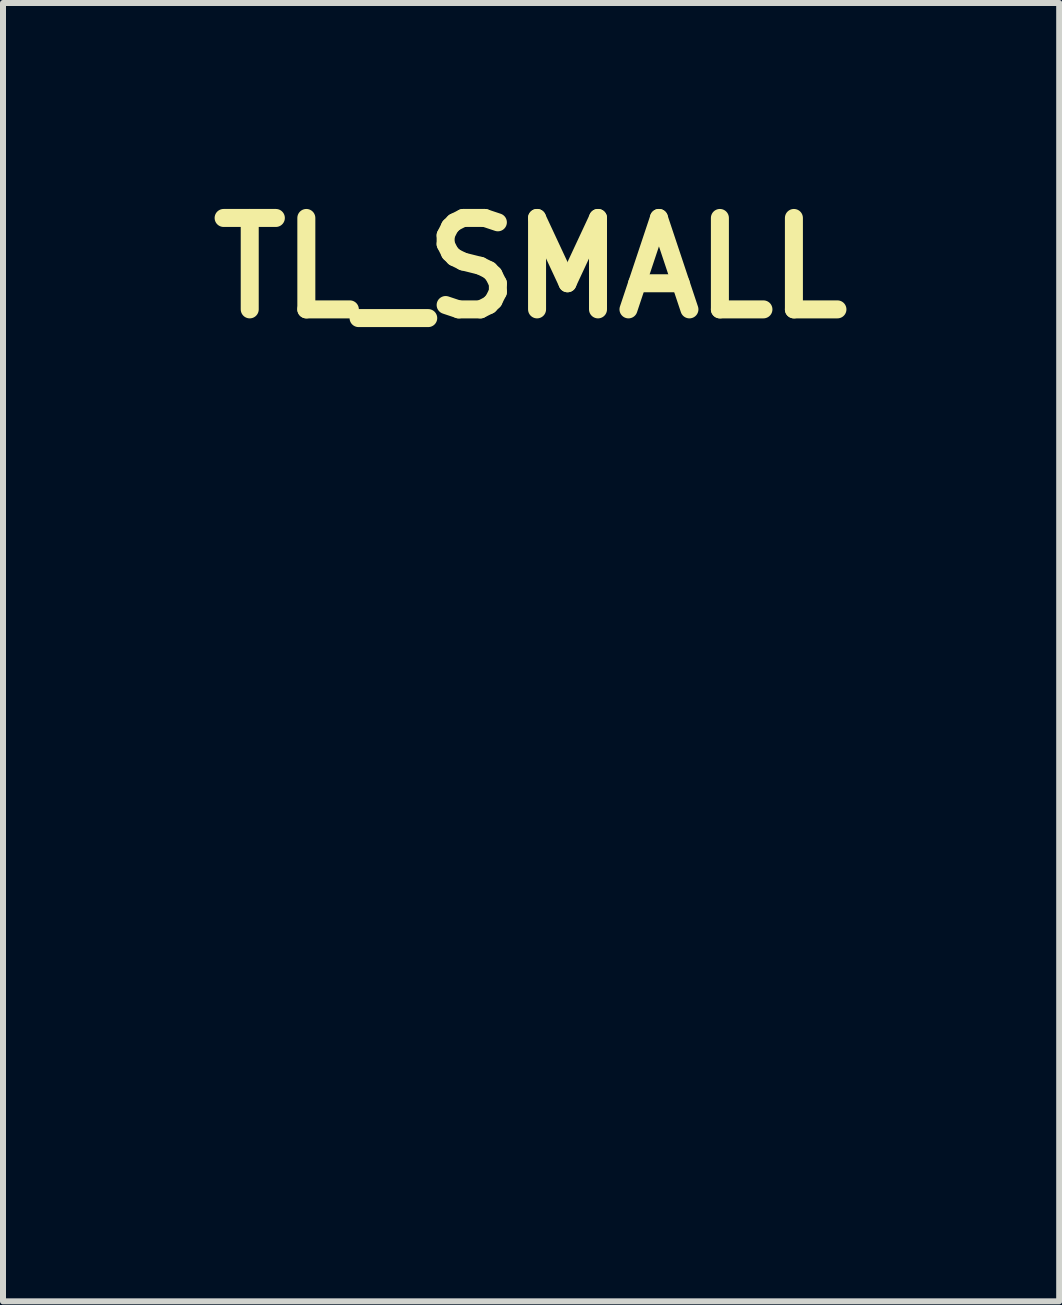
<source format=kicad_pcb>
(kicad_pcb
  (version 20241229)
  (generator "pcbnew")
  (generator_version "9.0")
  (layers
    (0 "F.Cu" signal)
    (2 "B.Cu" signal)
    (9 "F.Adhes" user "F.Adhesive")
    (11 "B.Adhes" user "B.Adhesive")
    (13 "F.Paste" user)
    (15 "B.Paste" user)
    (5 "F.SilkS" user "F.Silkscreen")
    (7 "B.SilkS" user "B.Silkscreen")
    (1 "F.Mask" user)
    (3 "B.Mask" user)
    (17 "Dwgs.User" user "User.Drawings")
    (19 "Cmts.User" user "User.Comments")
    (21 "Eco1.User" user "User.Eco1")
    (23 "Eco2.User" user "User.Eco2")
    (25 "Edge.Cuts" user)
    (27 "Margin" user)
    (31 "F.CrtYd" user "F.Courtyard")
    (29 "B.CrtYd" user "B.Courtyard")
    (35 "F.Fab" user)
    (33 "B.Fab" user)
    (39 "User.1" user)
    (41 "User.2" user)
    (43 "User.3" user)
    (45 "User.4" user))
  (footprint "TL_SMALL"
    (layer "F.Cu")
    (at 5.794 10.308)
    (property "Reference" "TL_SMALL" (at 0 -8.89 0) (layer "F.SilkS") (effects (font (size 1.524 1.524) (thickness 0.3))))
    (attr through_hole)
    (fp_poly (pts (xy -1.918 -5.328) (xy -1.916 -5.302) (xy -1.919 -5.281) (xy -1.93 -5.204) (xy -1.941 -5.108) (xy -1.951 -4.998) (xy -1.961 -4.878) (xy -1.969 -4.753) (xy -1.977 -4.629) (xy -1.982 -4.51) (xy -1.986 -4.4) (xy -1.987 -4.305) (xy -1.987 -4.229) (xy -1.983 -4.178) (xy -1.977 -4.156) (xy -1.955 -4.153) (xy -1.902 -4.156) (xy -1.821 -4.166) (xy -1.717 -4.182) (xy -1.592 -4.203) (xy -1.448 -4.23) (xy -1.289 -4.26) (xy -1.253 -4.267) (xy -1.151 -4.288) (xy -1.024 -4.313) (xy -0.878 -4.342) (xy -0.722 -4.373) (xy -0.562 -4.404) (xy -0.406 -4.435) (xy -0.359 -4.444) (xy -0.22 -4.472) (xy -0.087 -4.498) (xy 0.036 -4.523) (xy 0.143 -4.544) (xy 0.229 -4.562) (xy 0.29 -4.575) (xy 0.303 -4.578) (xy 1.233 -4.578) (xy 1.239 -4.545) (xy 1.251 -4.505) (xy 1.273 -4.449) (xy 1.299 -4.423) (xy 1.336 -4.423) (xy 1.377 -4.438) (xy 1.426 -4.479) (xy 1.455 -4.545) (xy 1.46 -4.58) (xy 1.465 -4.631) (xy 1.376 -4.628) (xy 1.318 -4.622) (xy 1.272 -4.613) (xy 1.256 -4.607) (xy 1.238 -4.595) (xy 1.233 -4.578) (xy 0.303 -4.578) (xy 0.313 -4.58) (xy 0.382 -4.594) (xy 0.469 -4.608) (xy 0.557 -4.62) (xy 0.579 -4.623) (xy 0.648 -4.632) (xy 0.742 -4.644) (xy 0.851 -4.659) (xy 0.966 -4.676) (xy 1.058 -4.69) (xy 1.171 -4.707) (xy 1.283 -4.723) (xy 1.385 -4.738) (xy 1.47 -4.75) (xy 1.522 -4.757) (xy 1.603 -4.769) (xy 1.658 -4.783) (xy 1.694 -4.804) (xy 1.718 -4.835) (xy 1.738 -4.879) (xy 1.761 -4.922) (xy 1.786 -4.95) (xy 1.792 -4.953) (xy 1.823 -4.949) (xy 1.849 -4.921) (xy 1.862 -4.877) (xy 1.863 -4.866) (xy 1.877 -4.83) (xy 1.923 -4.792) (xy 1.929 -4.789) (xy 1.985 -4.754) (xy 2.047 -4.713) (xy 2.063 -4.701) (xy 2.106 -4.677) (xy 2.171 -4.644) (xy 2.251 -4.609) (xy 2.337 -4.574) (xy 2.34 -4.572) (xy 2.44 -4.533) (xy 2.556 -4.486) (xy 2.674 -4.438) (xy 2.777 -4.395) (xy 3.006 -4.309) (xy 3.226 -4.247) (xy 3.448 -4.206) (xy 3.51 -4.198) (xy 3.616 -4.184) (xy 3.689 -4.17) (xy 3.728 -4.155) (xy 3.734 -4.139) (xy 3.707 -4.123) (xy 3.646 -4.106) (xy 3.611 -4.098) (xy 3.551 -4.083) (xy 3.501 -4.067) (xy 3.476 -4.055) (xy 3.462 -4.041) (xy 3.47 -4.03) (xy 3.505 -4.018) (xy 3.514 -4.015) (xy 3.565 -4.003) (xy 3.606 -3.997) (xy 3.612 -3.996) (xy 3.657 -3.987) (xy 3.693 -3.965) (xy 3.708 -3.937) (xy 3.708 -3.937) (xy 3.698 -3.92) (xy 3.663 -3.903) (xy 3.602 -3.886) (xy 3.511 -3.867) (xy 3.505 -3.866) (xy 3.458 -3.855) (xy 3.435 -3.84) (xy 3.426 -3.812) (xy 3.424 -3.79) (xy 3.423 -3.752) (xy 3.435 -3.726) (xy 3.467 -3.703) (xy 3.492 -3.689) (xy 3.544 -3.651) (xy 3.57 -3.616) (xy 3.57 -3.589) (xy 3.546 -3.574) (xy 3.5 -3.579) (xy 3.463 -3.593) (xy 3.424 -3.604) (xy 3.401 -3.594) (xy 3.399 -3.578) (xy 3.424 -3.557) (xy 3.469 -3.532) (xy 3.516 -3.506) (xy 3.548 -3.483) (xy 3.556 -3.473) (xy 3.549 -3.449) (xy 3.531 -3.411) (xy 3.531 -3.41) (xy 3.519 -3.366) (xy 3.511 -3.295) (xy 3.507 -3.203) (xy 3.507 -3.096) (xy 3.511 -2.98) (xy 3.518 -2.861) (xy 3.528 -2.746) (xy 3.541 -2.64) (xy 3.556 -2.549) (xy 3.573 -2.481) (xy 3.573 -2.481) (xy 3.586 -2.449) (xy 3.604 -2.433) (xy 3.637 -2.427) (xy 3.679 -2.426) (xy 3.744 -2.422) (xy 3.832 -2.412) (xy 3.936 -2.396) (xy 4.047 -2.378) (xy 4.156 -2.357) (xy 4.254 -2.335) (xy 4.315 -2.32) (xy 4.461 -2.27) (xy 4.583 -2.209) (xy 4.66 -2.153) (xy 4.693 -2.127) (xy 4.746 -2.085) (xy 4.815 -2.032) (xy 4.893 -1.973) (xy 4.945 -1.934) (xy 5.038 -1.863) (xy 5.138 -1.786) (xy 5.235 -1.711) (xy 5.319 -1.645) (xy 5.342 -1.625) (xy 5.512 -1.488) (xy 5.583 -1.32) (xy 5.644 -1.171) (xy 5.691 -1.047) (xy 5.724 -0.943) (xy 5.745 -0.854) (xy 5.756 -0.776) (xy 5.758 -0.726) (xy 5.762 -0.646) (xy 5.773 -0.585) (xy 5.783 -0.559) (xy 5.797 -0.521) (xy 5.805 -0.472) (xy 5.808 -0.423) (xy 5.804 -0.383) (xy 5.794 -0.361) (xy 5.787 -0.36) (xy 5.78 -0.356) (xy 5.776 -0.337) (xy 5.773 -0.299) (xy 5.773 -0.239) (xy 5.773 -0.153) (xy 5.776 -0.04) (xy 5.779 0.066) (xy 5.785 0.263) (xy 5.788 0.43) (xy 5.788 0.573) (xy 5.786 0.695) (xy 5.78 0.801) (xy 5.77 0.895) (xy 5.757 0.981) (xy 5.741 1.065) (xy 5.719 1.15) (xy 5.717 1.16) (xy 5.659 1.338) (xy 5.578 1.533) (xy 5.478 1.739) (xy 5.36 1.949) (xy 5.31 2.032) (xy 5.258 2.112) (xy 5.205 2.189) (xy 5.147 2.266) (xy 5.08 2.348) (xy 5 2.439) (xy 4.905 2.544) (xy 4.79 2.667) (xy 4.758 2.701) (xy 4.685 2.779) (xy 4.618 2.853) (xy 4.561 2.917) (xy 4.519 2.967) (xy 4.496 2.997) (xy 4.439 3.076) (xy 4.361 3.169) (xy 4.268 3.273) (xy 4.163 3.381) (xy 4.054 3.489) (xy 3.944 3.59) (xy 3.841 3.679) (xy 3.77 3.734) (xy 3.681 3.799) (xy 3.602 3.855) (xy 3.523 3.906) (xy 3.436 3.959) (xy 3.331 4.02) (xy 3.287 4.045) (xy 3.233 4.08) (xy 3.164 4.132) (xy 3.089 4.192) (xy 3.028 4.245) (xy 2.939 4.319) (xy 2.847 4.386) (xy 2.745 4.447) (xy 2.629 4.505) (xy 2.491 4.565) (xy 2.328 4.628) (xy 2.295 4.641) (xy 2.194 4.678) (xy 2.118 4.706) (xy 2.063 4.729) (xy 2.021 4.749) (xy 1.988 4.769) (xy 1.956 4.791) (xy 1.921 4.82) (xy 1.913 4.826) (xy 1.841 4.875) (xy 1.739 4.928) (xy 1.609 4.984) (xy 1.456 5.041) (xy 1.282 5.098) (xy 1.09 5.155) (xy 0.965 5.188) (xy 0.868 5.214) (xy 0.77 5.242) (xy 0.681 5.268) (xy 0.614 5.29) (xy 0.611 5.291) (xy 0.473 5.325) (xy 0.333 5.331) (xy 0.186 5.311) (xy 0.126 5.294) (xy 0.094 5.275) (xy 0.088 5.262) (xy 0.096 5.238) (xy 0.13 5.212) (xy 0.192 5.185) (xy 0.284 5.154) (xy 0.408 5.12) (xy 0.426 5.115) (xy 0.556 5.078) (xy 0.705 5.03) (xy 0.858 4.976) (xy 1.003 4.921) (xy 1.126 4.868) (xy 1.218 4.826) (xy 1.329 4.772) (xy 1.454 4.711) (xy 1.588 4.645) (xy 1.725 4.575) (xy 1.863 4.505) (xy 1.994 4.437) (xy 2.114 4.374) (xy 2.219 4.318) (xy 2.303 4.272) (xy 2.362 4.238) (xy 2.362 4.238) (xy 2.5 4.15) (xy 2.655 4.047) (xy 2.817 3.934) (xy 2.98 3.817) (xy 3.137 3.701) (xy 3.278 3.592) (xy 3.387 3.504) (xy 3.471 3.433) (xy 3.562 3.354) (xy 3.656 3.272) (xy 3.75 3.189) (xy 3.84 3.108) (xy 3.923 3.032) (xy 3.996 2.965) (xy 4.054 2.91) (xy 4.094 2.869) (xy 4.114 2.847) (xy 4.115 2.844) (xy 4.128 2.827) (xy 4.16 2.803) (xy 4.165 2.8) (xy 4.196 2.777) (xy 4.206 2.758) (xy 4.205 2.756) (xy 4.214 2.74) (xy 4.242 2.703) (xy 4.288 2.652) (xy 4.346 2.589) (xy 4.406 2.526) (xy 4.49 2.439) (xy 4.578 2.342) (xy 4.664 2.246) (xy 4.737 2.159) (xy 4.764 2.126) (xy 4.823 2.049) (xy 4.865 1.993) (xy 4.891 1.952) (xy 4.905 1.919) (xy 4.91 1.889) (xy 4.911 1.873) (xy 4.919 1.822) (xy 4.943 1.748) (xy 4.985 1.648) (xy 5.006 1.602) (xy 5.084 1.428) (xy 5.146 1.278) (xy 5.193 1.149) (xy 5.226 1.036) (xy 5.239 0.978) (xy 5.258 0.873) (xy 5.273 0.755) (xy 5.284 0.629) (xy 5.293 0.5) (xy 5.297 0.374) (xy 5.298 0.254) (xy 5.295 0.148) (xy 5.288 0.059) (xy 5.277 -0.007) (xy 5.262 -0.046) (xy 5.261 -0.048) (xy 5.245 -0.069) (xy 5.245 -0.09) (xy 5.265 -0.122) (xy 5.275 -0.136) (xy 5.301 -0.183) (xy 5.314 -0.237) (xy 5.314 -0.305) (xy 5.3 -0.393) (xy 5.275 -0.494) (xy 5.232 -0.628) (xy 5.173 -0.772) (xy 5.103 -0.912) (xy 5.03 -1.037) (xy 4.985 -1.101) (xy 4.941 -1.164) (xy 4.9 -1.23) (xy 4.873 -1.283) (xy 4.871 -1.287) (xy 4.789 -1.454) (xy 4.689 -1.594) (xy 4.568 -1.708) (xy 4.426 -1.8) (xy 4.409 -1.809) (xy 4.224 -1.892) (xy 4.041 -1.956) (xy 3.866 -1.998) (xy 3.717 -2.017) (xy 3.632 -2.022) (xy 3.635 -1.853) (xy 3.64 -1.749) (xy 3.651 -1.656) (xy 3.665 -1.592) (xy 3.682 -1.534) (xy 3.696 -1.477) (xy 3.709 -1.415) (xy 3.722 -1.342) (xy 3.736 -1.25) (xy 3.752 -1.133) (xy 3.759 -1.081) (xy 3.775 -0.973) (xy 3.793 -0.86) (xy 3.812 -0.755) (xy 3.83 -0.668) (xy 3.834 -0.649) (xy 3.873 -0.49) (xy 3.915 -0.325) (xy 3.959 -0.16) (xy 4.003 -0.000447) (xy 4.046 0.147) (xy 4.085 0.278) (xy 4.12 0.384) (xy 4.137 0.432) (xy 4.173 0.528) (xy 4.21 0.63) (xy 4.245 0.726) (xy 4.268 0.787) (xy 4.301 0.875) (xy 4.341 0.976) (xy 4.381 1.072) (xy 4.394 1.101) (xy 4.434 1.202) (xy 4.472 1.311) (xy 4.505 1.422) (xy 4.53 1.527) (xy 4.547 1.617) (xy 4.552 1.686) (xy 4.552 1.696) (xy 4.547 1.735) (xy 4.537 1.762) (xy 4.513 1.788) (xy 4.47 1.818) (xy 4.437 1.84) (xy 4.344 1.9) (xy 4.274 1.95) (xy 4.221 1.993) (xy 4.178 2.036) (xy 4.14 2.084) (xy 4.123 2.108) (xy 4.08 2.163) (xy 4.037 2.208) (xy 4.003 2.235) (xy 4.003 2.235) (xy 3.967 2.255) (xy 3.946 2.269) (xy 3.945 2.27) (xy 3.929 2.284) (xy 3.892 2.313) (xy 3.843 2.351) (xy 3.827 2.363) (xy 3.755 2.419) (xy 3.679 2.481) (xy 3.593 2.554) (xy 3.492 2.644) (xy 3.446 2.685) (xy 3.411 2.716) (xy 3.376 2.746) (xy 3.338 2.778) (xy 3.29 2.817) (xy 3.227 2.868) (xy 3.145 2.933) (xy 3.107 2.963) (xy 3.056 3.004) (xy 3.02 3.035) (xy 2.986 3.067) (xy 2.946 3.109) (xy 2.924 3.133) (xy 2.887 3.167) (xy 2.826 3.214) (xy 2.748 3.27) (xy 2.659 3.332) (xy 2.565 3.394) (xy 2.472 3.454) (xy 2.386 3.507) (xy 2.313 3.549) (xy 2.269 3.572) (xy 2.222 3.596) (xy 2.163 3.631) (xy 2.117 3.66) (xy 2.041 3.705) (xy 1.941 3.758) (xy 1.824 3.816) (xy 1.696 3.877) (xy 1.563 3.937) (xy 1.431 3.994) (xy 1.307 4.045) (xy 1.198 4.087) (xy 1.109 4.117) (xy 1.077 4.126) (xy 1.018 4.142) (xy 0.97 4.157) (xy 0.948 4.166) (xy 0.921 4.176) (xy 0.866 4.192) (xy 0.789 4.214) (xy 0.695 4.24) (xy 0.588 4.269) (xy 0.474 4.299) (xy 0.359 4.329) (xy 0.247 4.357) (xy 0.144 4.383) (xy 0.054 4.404) (xy -0.016 4.42) (xy -0.054 4.428) (xy -0.117 4.439) (xy -0.208 4.453) (xy -0.32 4.469) (xy -0.447 4.487) (xy -0.583 4.506) (xy -0.723 4.525) (xy -0.859 4.543) (xy -0.986 4.559) (xy -1.097 4.572) (xy -1.109 4.574) (xy -1.186 4.583) (xy -1.284 4.595) (xy -1.391 4.609) (xy -1.494 4.623) (xy -1.499 4.624) (xy -1.711 4.652) (xy -1.895 4.676) (xy -2.053 4.695) (xy -2.189 4.711) (xy -2.309 4.722) (xy -2.414 4.73) (xy -2.511 4.735) (xy -2.602 4.737) (xy -2.692 4.737) (xy -2.784 4.734) (xy -2.79 4.734) (xy -2.891 4.73) (xy -2.983 4.724) (xy -3.059 4.719) (xy -3.113 4.713) (xy -3.137 4.708) (xy -3.15 4.7) (xy -3.137 4.694) (xy -3.093 4.692) (xy -3.069 4.692) (xy -3.014 4.689) (xy -2.976 4.682) (xy -2.963 4.675) (xy -2.979 4.663) (xy -3.025 4.648) (xy -3.094 4.632) (xy -3.183 4.616) (xy -3.288 4.599) (xy -3.403 4.583) (xy -3.523 4.568) (xy -3.645 4.555) (xy -3.763 4.544) (xy -3.844 4.539) (xy -4.027 4.523) (xy -4.191 4.495) (xy -4.346 4.451) (xy -4.506 4.388) (xy -4.586 4.352) (xy -4.698 4.293) (xy -4.821 4.221) (xy -4.927 4.152) (xy -3.842 4.152) (xy -3.836 4.178) (xy -3.826 4.19) (xy -3.791 4.21) (xy -3.725 4.232) (xy -3.63 4.255) (xy -3.511 4.279) (xy -3.369 4.303) (xy -3.207 4.326) (xy -3.2 4.327) (xy -3.009 4.349) (xy -2.842 4.361) (xy -2.692 4.363) (xy -2.553 4.354) (xy -2.416 4.335) (xy -2.275 4.305) (xy -2.236 4.295) (xy -2.147 4.27) (xy -2.072 4.246) (xy -2.018 4.226) (xy -1.989 4.21) (xy -1.988 4.208) (xy -1.979 4.187) (xy -1.554 4.187) (xy -1.553 4.206) (xy -1.538 4.222) (xy -1.507 4.231) (xy -1.456 4.232) (xy -1.381 4.226) (xy -1.279 4.213) (xy -1.235 4.207) (xy -1.142 4.192) (xy -1.08 4.178) (xy -1.045 4.163) (xy -1.034 4.148) (xy -1.045 4.13) (xy -1.053 4.128) (xy -0.965 4.128) (xy -0.965 4.139) (xy -0.959 4.145) (xy -0.943 4.146) (xy -0.909 4.14) (xy -0.852 4.127) (xy -0.798 4.114) (xy -0.717 4.092) (xy -0.635 4.065) (xy -0.569 4.038) (xy -0.559 4.033) (xy -0.514 4.01) (xy -0.486 3.99) (xy -0.473 3.965) (xy -0.473 3.928) (xy -0.484 3.871) (xy -0.498 3.81) (xy -0.513 3.731) (xy -0.515 3.708) (xy -0.337 3.708) (xy -0.337 3.804) (xy -0.334 3.87) (xy -0.326 3.911) (xy -0.312 3.933) (xy -0.291 3.939) (xy -0.265 3.936) (xy -0.222 3.924) (xy -0.196 3.91) (xy -0.195 3.888) (xy -0.22 3.853) (xy -0.224 3.848) (xy -0.259 3.795) (xy -0.29 3.715) (xy -0.302 3.675) (xy -0.336 3.548) (xy -0.337 3.708) (xy -0.515 3.708) (xy -0.522 3.645) (xy -0.525 3.594) (xy -0.525 3.488) (xy -0.597 3.498) (xy -0.672 3.511) (xy -0.743 3.529) (xy -0.802 3.548) (xy -0.842 3.566) (xy -0.854 3.578) (xy -0.862 3.61) (xy -0.874 3.665) (xy -0.889 3.737) (xy -0.906 3.819) (xy -0.923 3.903) (xy -0.939 3.983) (xy -0.952 4.052) (xy -0.962 4.102) (xy -0.965 4.127) (xy -0.965 4.128) (xy -1.053 4.128) (xy -1.069 4.123) (xy -1.106 4.14) (xy -1.108 4.141) (xy -1.145 4.16) (xy -1.169 4.156) (xy -1.179 4.127) (xy -1.179 4.071) (xy -1.171 4.002) (xy -1.156 3.886) (xy -1.145 3.777) (xy -1.138 3.681) (xy -1.137 3.605) (xy -1.14 3.555) (xy -1.141 3.549) (xy -1.148 3.526) (xy -1.161 3.513) (xy -1.186 3.507) (xy -1.232 3.507) (xy -1.283 3.509) (xy -1.339 3.51) (xy -1.377 3.514) (xy -1.402 3.525) (xy -1.419 3.549) (xy -1.432 3.591) (xy -1.445 3.656) (xy -1.457 3.717) (xy -1.47 3.778) (xy -1.488 3.859) (xy -1.508 3.947) (xy -1.52 3.998) (xy -1.537 4.074) (xy -1.548 4.14) (xy -1.554 4.187) (xy -1.979 4.187) (xy -1.976 4.18) (xy -1.961 4.128) (xy -1.946 4.061) (xy -1.939 4.025) (xy -1.921 3.943) (xy -1.896 3.844) (xy -1.867 3.74) (xy -1.844 3.666) (xy -1.816 3.573) (xy -1.788 3.478) (xy -1.766 3.392) (xy -1.753 3.336) (xy -1.744 3.303) (xy -1.5 3.303) (xy -1.487 3.307) (xy -1.443 3.31) (xy -1.371 3.311) (xy -1.269 3.309) (xy -1.151 3.305) (xy -1.038 3.302) (xy -0.917 3.3) (xy -0.802 3.298) (xy -0.704 3.299) (xy -0.677 3.299) (xy -0.574 3.3) (xy -0.499 3.298) (xy -0.45 3.292) (xy -0.421 3.283) (xy -0.408 3.268) (xy -0.406 3.257) (xy -0.409 3.249) (xy -0.42 3.243) (xy -0.442 3.239) (xy -0.477 3.237) (xy -0.528 3.237) (xy -0.598 3.238) (xy -0.689 3.242) (xy -0.804 3.249) (xy -0.946 3.257) (xy -1.118 3.267) (xy -1.236 3.275) (xy -1.351 3.283) (xy -1.433 3.291) (xy -1.482 3.297) (xy -1.5 3.303) (xy -1.744 3.303) (xy -1.736 3.27) (xy -1.718 3.213) (xy -1.702 3.177) (xy -1.701 3.175) (xy -1.674 3.137) (xy -1.643 3.091) (xy -1.64 3.086) (xy -1.604 3.045) (xy -1.57 3.032) (xy -1.542 3.048) (xy -1.531 3.074) (xy -1.511 3.113) (xy -1.489 3.133) (xy -1.454 3.141) (xy -1.391 3.147) (xy -1.305 3.148) (xy -1.202 3.147) (xy -1.087 3.144) (xy -0.965 3.138) (xy -0.842 3.13) (xy -0.724 3.119) (xy -0.615 3.108) (xy -0.522 3.095) (xy -0.491 3.089) (xy -0.402 3.075) (xy -0.319 3.067) (xy -0.25 3.066) (xy -0.2 3.071) (xy -0.178 3.082) (xy -0.173 3.104) (xy -0.166 3.154) (xy -0.158 3.226) (xy -0.149 3.314) (xy -0.142 3.404) (xy -0.129 3.545) (xy -0.117 3.654) (xy -0.104 3.737) (xy -0.09 3.795) (xy -0.074 3.832) (xy -0.056 3.852) (xy -0.041 3.857) (xy -0.015 3.853) (xy 0.038 3.839) (xy 0.114 3.815) (xy 0.208 3.785) (xy 0.315 3.749) (xy 0.432 3.709) (xy 0.552 3.666) (xy 0.673 3.623) (xy 0.79 3.58) (xy 0.897 3.539) (xy 0.99 3.503) (xy 1.064 3.472) (xy 1.141 3.44) (xy 1.233 3.405) (xy 1.321 3.372) (xy 1.335 3.367) (xy 1.409 3.339) (xy 1.502 3.301) (xy 1.601 3.257) (xy 1.687 3.217) (xy 1.892 3.118) (xy 2.005 2.964) (xy 2.118 2.81) (xy 2.112 2.18) (xy 2.109 2.029) (xy 2.107 1.883) (xy 2.103 1.747) (xy 2.099 1.624) (xy 2.095 1.521) (xy 2.09 1.443) (xy 2.086 1.397) (xy 2.081 1.347) (xy 2.076 1.268) (xy 2.071 1.163) (xy 2.066 1.039) (xy 2.061 0.898) (xy 2.056 0.746) (xy 2.051 0.587) (xy 2.05 0.516) (xy 2.044 0.288) (xy 2.038 0.089) (xy 2.032 -0.086) (xy 2.025 -0.242) (xy 2.018 -0.384) (xy 2.009 -0.517) (xy 1.999 -0.645) (xy 1.987 -0.774) (xy 1.974 -0.909) (xy 1.971 -0.931) (xy 1.961 -1.037) (xy 1.95 -1.155) (xy 1.94 -1.278) (xy 1.93 -1.4) (xy 1.921 -1.515) (xy 1.915 -1.616) (xy 1.91 -1.695) (xy 1.909 -1.744) (xy 1.91 -1.786) (xy 1.913 -1.851) (xy 1.918 -1.93) (xy 1.922 -1.984) (xy 1.928 -2.063) (xy 1.93 -2.116) (xy 1.927 -2.147) (xy 1.92 -2.164) (xy 1.908 -2.172) (xy 1.9 -2.175) (xy 1.859 -2.18) (xy 1.808 -2.176) (xy 1.805 -2.175) (xy 1.772 -2.165) (xy 1.748 -2.146) (xy 1.73 -2.112) (xy 1.716 -2.06) (xy 1.704 -1.983) (xy 1.693 -1.878) (xy 1.684 -1.782) (xy 1.673 -1.676) (xy 1.663 -1.58) (xy 1.66 -1.549) (xy 1.653 -1.468) (xy 1.647 -1.379) (xy 1.644 -1.289) (xy 1.643 -1.204) (xy 1.644 -1.129) (xy 1.648 -1.072) (xy 1.653 -1.039) (xy 1.658 -1.033) (xy 1.679 -1.02) (xy 1.682 -0.986) (xy 1.669 -0.941) (xy 1.657 -0.919) (xy 1.643 -0.894) (xy 1.634 -0.869) (xy 1.628 -0.838) (xy 1.626 -0.793) (xy 1.626 -0.729) (xy 1.629 -0.64) (xy 1.631 -0.602) (xy 1.636 -0.501) (xy 1.643 -0.401) (xy 1.651 -0.312) (xy 1.659 -0.245) (xy 1.662 -0.23) (xy 1.672 -0.162) (xy 1.674 -0.117) (xy 1.665 -0.088) (xy 1.663 -0.083) (xy 1.649 -0.044) (xy 1.643 0.006) (xy 1.643 0.008) (xy 1.628 0.062) (xy 1.588 0.098) (xy 1.526 0.114) (xy 1.467 0.11) (xy 1.351 0.098) (xy 1.204 0.093) (xy 1.028 0.096) (xy 0.822 0.107) (xy 0.59 0.125) (xy 0.332 0.15) (xy 0.152 0.17) (xy 0.093 0.176) (xy 0.007 0.185) (xy -0.098 0.194) (xy -0.216 0.205) (xy -0.34 0.215) (xy -0.394 0.22) (xy -0.53 0.232) (xy -0.676 0.247) (xy -0.822 0.262) (xy -0.956 0.278) (xy -1.07 0.293) (xy -1.088 0.296) (xy -1.206 0.312) (xy -1.332 0.33) (xy -1.455 0.346) (xy -1.562 0.359) (xy -1.6 0.364) (xy -1.711 0.378) (xy -1.835 0.394) (xy -1.956 0.412) (xy -2.032 0.424) (xy -2.14 0.441) (xy -2.261 0.46) (xy -2.377 0.479) (xy -2.445 0.49) (xy -2.646 0.522) (xy -2.716 0.597) (xy -2.772 0.649) (xy -2.834 0.69) (xy -2.894 0.717) (xy -2.942 0.725) (xy -2.956 0.722) (xy -2.983 0.698) (xy -2.992 0.678) (xy -3.01 0.653) (xy -3.054 0.638) (xy -3.074 0.634) (xy -3.133 0.629) (xy -3.166 0.639) (xy -3.181 0.668) (xy -3.183 0.705) (xy -3.189 0.756) (xy -3.202 0.798) (xy -3.202 0.799) (xy -3.216 0.836) (xy -3.236 0.901) (xy -3.258 0.988) (xy -3.284 1.092) (xy -3.311 1.208) (xy -3.337 1.33) (xy -3.363 1.452) (xy -3.387 1.569) (xy -3.407 1.675) (xy -3.422 1.766) (xy -3.431 1.836) (xy -3.433 1.85) (xy -3.437 1.916) (xy -3.433 1.959) (xy -3.422 1.987) (xy -3.414 1.996) (xy -3.403 2.011) (xy -3.398 2.03) (xy -3.4 2.058) (xy -3.411 2.102) (xy -3.431 2.169) (xy -3.446 2.217) (xy -3.469 2.296) (xy -3.489 2.366) (xy -3.501 2.42) (xy -3.505 2.448) (xy -3.509 2.481) (xy -3.52 2.538) (xy -3.535 2.609) (xy -3.546 2.654) (xy -3.566 2.737) (xy -3.585 2.818) (xy -3.601 2.886) (xy -3.607 2.909) (xy -3.614 2.957) (xy -3.622 3.03) (xy -3.63 3.121) (xy -3.636 3.223) (xy -3.64 3.299) (xy -3.644 3.407) (xy -3.649 3.487) (xy -3.654 3.548) (xy -3.662 3.595) (xy -3.672 3.635) (xy -3.688 3.676) (xy -3.709 3.724) (xy -3.714 3.736) (xy -3.745 3.812) (xy -3.773 3.889) (xy -3.791 3.953) (xy -3.793 3.964) (xy -3.807 4.028) (xy -3.823 4.088) (xy -3.831 4.11) (xy -3.842 4.152) (xy -4.927 4.152) (xy -4.945 4.141) (xy -5.058 4.061) (xy -5.152 3.987) (xy -5.159 3.981) (xy -5.211 3.939) (xy -5.264 3.9) (xy -5.285 3.886) (xy -5.309 3.868) (xy -5.334 3.84) (xy -5.362 3.797) (xy -5.397 3.735) (xy -5.441 3.649) (xy -5.473 3.586) (xy -5.57 3.377) (xy -5.647 3.185) (xy -5.706 3.002) (xy -5.752 2.819) (xy -5.758 2.794) (xy -5.771 2.725) (xy -5.78 2.662) (xy -5.786 2.599) (xy -5.789 2.526) (xy -5.789 2.436) (xy -5.787 2.323) (xy -5.787 2.294) (xy -5.784 2.201) (xy -5.367 2.201) (xy -5.365 2.267) (xy -5.358 2.326) (xy -5.344 2.393) (xy -5.322 2.479) (xy -5.318 2.49) (xy -5.293 2.576) (xy -5.266 2.658) (xy -5.24 2.726) (xy -5.224 2.763) (xy -5.198 2.826) (xy -5.19 2.882) (xy -5.192 2.925) (xy -5.19 3.005) (xy -5.17 3.104) (xy -5.135 3.213) (xy -5.086 3.325) (xy -5.029 3.431) (xy -5.008 3.464) (xy -4.944 3.548) (xy -4.872 3.621) (xy -4.787 3.684) (xy -4.685 3.742) (xy -4.561 3.796) (xy -4.41 3.848) (xy -4.279 3.888) (xy -4.201 3.911) (xy -4.135 3.931) (xy -4.088 3.946) (xy -4.066 3.954) (xy -4.066 3.955) (xy -4.043 3.958) (xy -4.013 3.931) (xy -3.992 3.9) (xy -3.978 3.866) (xy -3.967 3.815) (xy -3.959 3.742) (xy -3.954 3.641) (xy -3.954 3.639) (xy -3.946 3.523) (xy -3.934 3.425) (xy -3.915 3.333) (xy -3.895 3.26) (xy -3.876 3.19) (xy -3.854 3.095) (xy -3.829 2.983) (xy -3.804 2.863) (xy -3.78 2.743) (xy -3.778 2.731) (xy -3.757 2.621) (xy -3.737 2.518) (xy -3.719 2.429) (xy -3.705 2.359) (xy -3.695 2.315) (xy -3.693 2.308) (xy -3.685 2.27) (xy -3.673 2.205) (xy -3.658 2.122) (xy -3.643 2.026) (xy -3.632 1.956) (xy -3.604 1.789) (xy -3.571 1.605) (xy -3.534 1.413) (xy -3.495 1.223) (xy -3.456 1.042) (xy -3.419 0.881) (xy -3.4 0.804) (xy -3.379 0.718) (xy -3.363 0.635) (xy -3.353 0.567) (xy -3.351 0.524) (xy -3.348 0.484) (xy -3.059 0.484) (xy -3.056 0.524) (xy -3.041 0.542) (xy -3.039 0.542) (xy -3.02 0.535) (xy -2.982 0.517) (xy -2.964 0.508) (xy -2.923 0.484) (xy -2.901 0.456) (xy -2.89 0.413) (xy -2.888 0.394) (xy -2.873 0.292) (xy -2.637 0.292) (xy -2.634 0.304) (xy -2.609 0.315) (xy -2.556 0.32) (xy -2.479 0.32) (xy -2.383 0.314) (xy -2.274 0.302) (xy -2.226 0.296) (xy -2.139 0.283) (xy -2.053 0.268) (xy -1.981 0.254) (xy -1.948 0.247) (xy -1.877 0.231) (xy -1.805 0.217) (xy -1.774 0.212) (xy -1.718 0.203) (xy -1.677 0.188) (xy -1.649 0.163) (xy -1.63 0.122) (xy -1.618 0.061) (xy -1.609 -0.026) (xy -1.605 -0.086) (xy -1.603 -0.12) (xy -1.32 -0.12) (xy -1.319 -0.039) (xy -1.314 0.024) (xy -1.307 0.062) (xy -1.306 0.064) (xy -1.285 0.093) (xy -1.271 0.102) (xy -1.25 0.099) (xy -1.201 0.093) (xy -1.13 0.083) (xy -1.043 0.071) (xy -0.962 0.059) (xy -0.861 0.045) (xy -0.766 0.031) (xy -0.685 0.02) (xy -0.625 0.012) (xy -0.599 0.008) (xy -0.548 -0.001) (xy -0.513 -0.018) (xy -0.488 -0.047) (xy -0.471 -0.095) (xy -0.459 -0.151) (xy -0.119 -0.151) (xy -0.119 -0.086) (xy 0.047 -0.08) (xy 0.28 -0.074) (xy 0.509 -0.072) (xy 0.727 -0.072) (xy 0.928 -0.076) (xy 1.105 -0.084) (xy 1.166 -0.088) (xy 1.459 -0.108) (xy 1.449 -0.151) (xy 1.445 -0.182) (xy 1.441 -0.24) (xy 1.436 -0.319) (xy 1.432 -0.413) (xy 1.428 -0.508) (xy 1.424 -0.61) (xy 1.419 -0.703) (xy 1.413 -0.78) (xy 1.408 -0.835) (xy 1.403 -0.861) (xy 1.391 -0.884) (xy 1.373 -0.895) (xy 1.338 -0.897) (xy 1.291 -0.894) (xy 1.199 -0.878) (xy 1.143 -0.851) (xy 1.12 -0.837) (xy 1.091 -0.826) (xy 1.05 -0.817) (xy 0.993 -0.81) (xy 0.913 -0.803) (xy 0.813 -0.796) (xy 0.69 -0.787) (xy 0.551 -0.777) (xy 0.411 -0.766) (xy 0.287 -0.755) (xy 0.266 -0.753) (xy 0.175 -0.745) (xy 0.097 -0.737) (xy 0.036 -0.732) (xy 0.000157 -0.729) (xy -0.007 -0.728) (xy -0.018 -0.712) (xy -0.031 -0.67) (xy -0.047 -0.606) (xy -0.064 -0.528) (xy -0.08 -0.443) (xy -0.095 -0.356) (xy -0.107 -0.274) (xy -0.116 -0.203) (xy -0.119 -0.151) (xy -0.459 -0.151) (xy -0.456 -0.169) (xy -0.45 -0.206) (xy -0.435 -0.288) (xy -0.418 -0.368) (xy -0.402 -0.432) (xy -0.396 -0.452) (xy -0.377 -0.52) (xy -0.361 -0.596) (xy -0.356 -0.622) (xy -0.344 -0.711) (xy -0.397 -0.711) (xy -0.446 -0.71) (xy -0.52 -0.707) (xy -0.612 -0.703) (xy -0.715 -0.697) (xy -0.823 -0.692) (xy -0.928 -0.685) (xy -1.023 -0.679) (xy -1.101 -0.674) (xy -1.157 -0.669) (xy -1.174 -0.667) (xy -1.225 -0.658) (xy -1.255 -0.643) (xy -1.275 -0.612) (xy -1.282 -0.595) (xy -1.293 -0.553) (xy -1.302 -0.487) (xy -1.31 -0.404) (xy -1.315 -0.31) (xy -1.319 -0.213) (xy -1.32 -0.12) (xy -1.603 -0.12) (xy -1.598 -0.185) (xy -1.588 -0.286) (xy -1.578 -0.377) (xy -1.568 -0.445) (xy -1.558 -0.503) (xy -1.552 -0.548) (xy -1.555 -0.581) (xy -1.568 -0.603) (xy -1.597 -0.614) (xy -1.645 -0.617) (xy -1.714 -0.612) (xy -1.809 -0.6) (xy -1.934 -0.583) (xy -1.97 -0.578) (xy -2.083 -0.562) (xy -2.185 -0.546) (xy -2.272 -0.532) (xy -2.339 -0.52) (xy -2.38 -0.511) (xy -2.389 -0.507) (xy -2.421 -0.475) (xy -2.454 -0.416) (xy -2.484 -0.337) (xy -2.509 -0.246) (xy -2.524 -0.165) (xy -2.533 -0.1) (xy -2.542 -0.049) (xy -2.548 -0.019) (xy -2.549 -0.016) (xy -2.555 0.004) (xy -2.566 0.049) (xy -2.579 0.108) (xy -2.581 0.117) (xy -2.596 0.181) (xy -2.612 0.233) (xy -2.625 0.262) (xy -2.626 0.264) (xy -2.637 0.292) (xy -2.873 0.292) (xy -2.871 0.281) (xy -2.851 0.179) (xy -2.828 0.094) (xy -2.804 0.032) (xy -2.792 0.011) (xy -2.774 -0.021) (xy -2.76 -0.066) (xy -2.75 -0.129) (xy -2.742 -0.213) (xy -2.733 -0.309) (xy -2.721 -0.379) (xy -2.705 -0.43) (xy -2.681 -0.472) (xy -2.662 -0.495) (xy -2.649 -0.518) (xy -2.655 -0.525) (xy -2.68 -0.512) (xy -2.684 -0.508) (xy -2.699 -0.49) (xy -2.707 -0.499) (xy -2.706 -0.538) (xy -2.696 -0.607) (xy -2.678 -0.707) (xy -2.672 -0.741) (xy -2.666 -0.768) (xy -2.458 -0.768) (xy -2.156 -0.805) (xy -2.043 -0.819) (xy -1.928 -0.831) (xy -1.82 -0.843) (xy -1.73 -0.851) (xy -1.688 -0.855) (xy -1.521 -0.867) (xy -1.51 -0.893) (xy -1.241 -0.893) (xy -1.082 -0.905) (xy -1.001 -0.911) (xy -0.899 -0.92) (xy -0.791 -0.931) (xy -0.694 -0.941) (xy -0.6 -0.952) (xy -0.508 -0.963) (xy -0.428 -0.975) (xy -0.372 -0.984) (xy -0.369 -0.984) (xy -0.313 -0.997) (xy -0.281 -1.012) (xy -0.264 -1.034) (xy -0.255 -1.056) (xy -0.242 -1.104) (xy -0.241 -1.105) (xy 0.051 -1.105) (xy 0.051 -1.035) (xy 0.14 -1.027) (xy 0.181 -1.025) (xy 0.249 -1.024) (xy 0.338 -1.024) (xy 0.444 -1.024) (xy 0.562 -1.024) (xy 0.687 -1.025) (xy 0.814 -1.027) (xy 0.939 -1.028) (xy 1.058 -1.031) (xy 1.164 -1.033) (xy 1.254 -1.035) (xy 1.322 -1.038) (xy 1.365 -1.041) (xy 1.377 -1.042) (xy 1.389 -1.051) (xy 1.399 -1.067) (xy 1.408 -1.096) (xy 1.415 -1.14) (xy 1.422 -1.205) (xy 1.428 -1.294) (xy 1.435 -1.411) (xy 1.439 -1.482) (xy 1.445 -1.591) (xy 1.451 -1.698) (xy 1.457 -1.792) (xy 1.462 -1.868) (xy 1.465 -1.912) (xy 1.475 -2.02) (xy 1.136 -2.009) (xy 0.999 -2.004) (xy 0.86 -1.998) (xy 0.722 -1.991) (xy 0.592 -1.984) (xy 0.475 -1.977) (xy 0.375 -1.969) (xy 0.297 -1.963) (xy 0.246 -1.957) (xy 0.236 -1.955) (xy 0.2 -1.931) (xy 0.168 -1.877) (xy 0.143 -1.796) (xy 0.127 -1.71) (xy 0.117 -1.656) (xy 0.106 -1.61) (xy 0.102 -1.6) (xy 0.095 -1.57) (xy 0.086 -1.514) (xy 0.077 -1.44) (xy 0.068 -1.356) (xy 0.06 -1.27) (xy 0.054 -1.19) (xy 0.051 -1.125) (xy 0.051 -1.105) (xy -0.241 -1.105) (xy -0.223 -1.176) (xy -0.201 -1.267) (xy -0.176 -1.369) (xy -0.152 -1.476) (xy -0.128 -1.581) (xy -0.106 -1.679) (xy -0.089 -1.761) (xy -0.077 -1.822) (xy -0.073 -1.849) (xy -0.062 -1.936) (xy -0.264 -1.925) (xy -0.38 -1.918) (xy -0.501 -1.909) (xy -0.622 -1.899) (xy -0.736 -1.888) (xy -0.839 -1.876) (xy -0.926 -1.866) (xy -0.99 -1.856) (xy -1.028 -1.848) (xy -1.034 -1.845) (xy -1.059 -1.819) (xy -1.08 -1.774) (xy -1.083 -1.765) (xy -1.094 -1.721) (xy -1.109 -1.651) (xy -1.127 -1.562) (xy -1.147 -1.459) (xy -1.167 -1.352) (xy -1.187 -1.245) (xy -1.205 -1.147) (xy -1.219 -1.063) (xy -1.228 -1.002) (xy -1.23 -0.986) (xy -1.241 -0.893) (xy -1.51 -0.893) (xy -1.499 -0.92) (xy -1.49 -0.951) (xy -1.477 -1.006) (xy -1.459 -1.082) (xy -1.44 -1.174) (xy -1.419 -1.274) (xy -1.397 -1.379) (xy -1.377 -1.483) (xy -1.358 -1.581) (xy -1.342 -1.667) (xy -1.33 -1.736) (xy -1.323 -1.782) (xy -1.322 -1.802) (xy -1.322 -1.802) (xy -1.341 -1.804) (xy -1.388 -1.804) (xy -1.458 -1.803) (xy -1.544 -1.8) (xy -1.642 -1.796) (xy -1.745 -1.792) (xy -1.848 -1.787) (xy -1.945 -1.782) (xy -2.031 -1.776) (xy -2.099 -1.771) (xy -2.145 -1.767) (xy -2.159 -1.764) (xy -2.184 -1.756) (xy -2.201 -1.74) (xy -2.216 -1.712) (xy -2.231 -1.664) (xy -2.247 -1.599) (xy -2.271 -1.51) (xy -2.299 -1.407) (xy -2.328 -1.31) (xy -2.334 -1.287) (xy -2.38 -1.129) (xy -2.418 -0.972) (xy -2.447 -0.831) (xy -2.447 -0.829) (xy -2.458 -0.768) (xy -2.666 -0.768) (xy -2.635 -0.929) (xy -2.604 -1.088) (xy -2.579 -1.223) (xy -2.558 -1.338) (xy -2.54 -1.438) (xy -2.53 -1.499) (xy -2.513 -1.592) (xy -2.493 -1.698) (xy -2.473 -1.794) (xy -2.471 -1.803) (xy -2.457 -1.876) (xy -2.445 -1.94) (xy -2.439 -1.985) (xy -2.438 -1.997) (xy -2.437 -2.018) (xy -2.432 -2.047) (xy -2.423 -2.088) (xy -2.407 -2.145) (xy -2.39 -2.206) (xy -2.08 -2.206) (xy -2.08 -2.175) (xy -2.074 -2.124) (xy -2.062 -2.097) (xy -2.04 -2.083) (xy -2.032 -2.081) (xy -1.994 -2.075) (xy -1.931 -2.071) (xy -1.85 -2.068) (xy -1.757 -2.067) (xy -1.658 -2.067) (xy -1.56 -2.068) (xy -1.469 -2.071) (xy -1.391 -2.075) (xy -1.333 -2.08) (xy -1.301 -2.086) (xy -1.298 -2.087) (xy -1.285 -2.105) (xy -1.285 -2.106) (xy -0.99 -2.106) (xy -0.989 -2.097) (xy -0.979 -2.09) (xy -0.958 -2.086) (xy -0.921 -2.084) (xy -0.865 -2.084) (xy -0.785 -2.087) (xy -0.679 -2.093) (xy -0.559 -2.1) (xy -0.408 -2.109) (xy -0.288 -2.117) (xy -0.195 -2.125) (xy -0.125 -2.132) (xy -0.076 -2.14) (xy -0.044 -2.148) (xy -0.026 -2.157) (xy -0.025 -2.157) (xy -0.021 -2.163) (xy 0.249 -2.163) (xy 0.442 -2.175) (xy 0.535 -2.181) (xy 0.649 -2.19) (xy 0.767 -2.2) (xy 0.878 -2.21) (xy 0.881 -2.21) (xy 0.984 -2.219) (xy 1.089 -2.229) (xy 1.186 -2.238) (xy 1.262 -2.244) (xy 1.27 -2.245) (xy 1.355 -2.252) (xy 1.413 -2.262) (xy 1.448 -2.279) (xy 1.462 -2.305) (xy 1.748 -2.305) (xy 1.75 -2.278) (xy 1.75 -2.278) (xy 1.775 -2.257) (xy 1.823 -2.254) (xy 1.889 -2.269) (xy 1.895 -2.271) (xy 1.949 -2.29) (xy 1.944 -2.737) (xy 1.942 -2.891) (xy 1.938 -3.011) (xy 1.934 -3.101) (xy 1.929 -3.161) (xy 1.923 -3.192) (xy 1.92 -3.197) (xy 1.9 -3.222) (xy 1.894 -3.241) (xy 1.875 -3.27) (xy 1.84 -3.29) (xy 1.803 -3.296) (xy 1.775 -3.284) (xy 1.775 -3.283) (xy 1.769 -3.257) (xy 1.766 -3.203) (xy 1.765 -3.124) (xy 1.767 -3.025) (xy 1.768 -2.99) (xy 1.77 -2.875) (xy 1.769 -2.752) (xy 1.766 -2.633) (xy 1.76 -2.531) (xy 1.759 -2.512) (xy 1.752 -2.429) (xy 1.749 -2.358) (xy 1.748 -2.305) (xy 1.462 -2.305) (xy 1.466 -2.311) (xy 1.472 -2.362) (xy 1.473 -2.438) (xy 1.473 -2.452) (xy 1.475 -2.544) (xy 1.479 -2.648) (xy 1.484 -2.756) (xy 1.491 -2.863) (xy 1.499 -2.962) (xy 1.507 -3.047) (xy 1.515 -3.111) (xy 1.523 -3.15) (xy 1.524 -3.154) (xy 1.546 -3.197) (xy 1.561 -3.221) (xy 1.573 -3.249) (xy 1.57 -3.261) (xy 1.546 -3.267) (xy 1.496 -3.265) (xy 1.426 -3.259) (xy 1.344 -3.247) (xy 1.257 -3.232) (xy 1.172 -3.215) (xy 1.095 -3.197) (xy 1.047 -3.182) (xy 0.975 -3.161) (xy 0.885 -3.137) (xy 0.787 -3.113) (xy 0.686 -3.09) (xy 0.592 -3.071) (xy 0.512 -3.057) (xy 0.453 -3.049) (xy 0.435 -3.048) (xy 0.396 -3.056) (xy 0.377 -3.074) (xy 0.385 -3.095) (xy 0.392 -3.1) (xy 0.398 -3.111) (xy 0.372 -3.115) (xy 0.361 -3.115) (xy 0.327 -3.113) (xy 0.311 -3.101) (xy 0.306 -3.068) (xy 0.306 -3.044) (xy 0.305 -2.999) (xy 0.301 -2.93) (xy 0.296 -2.846) (xy 0.29 -2.755) (xy 0.29 -2.752) (xy 0.282 -2.646) (xy 0.274 -2.53) (xy 0.266 -2.42) (xy 0.261 -2.347) (xy 0.249 -2.163) (xy -0.021 -2.163) (xy -0.007 -2.186) (xy 0.015 -2.248) (xy 0.04 -2.342) (xy 0.068 -2.471) (xy 0.099 -2.632) (xy 0.108 -2.68) (xy 0.126 -2.772) (xy 0.146 -2.859) (xy 0.166 -2.931) (xy 0.183 -2.981) (xy 0.185 -2.985) (xy 0.208 -3.037) (xy 0.219 -3.071) (xy 0.214 -3.09) (xy 0.188 -3.097) (xy 0.138 -3.092) (xy 0.06 -3.079) (xy 0.032 -3.074) (xy -0.046 -3.062) (xy -0.144 -3.049) (xy -0.246 -3.038) (xy -0.314 -3.031) (xy -0.44 -3.019) (xy -0.562 -3.006) (xy -0.674 -2.992) (xy -0.773 -2.979) (xy -0.853 -2.966) (xy -0.909 -2.955) (xy -0.938 -2.946) (xy -0.939 -2.945) (xy -0.938 -2.933) (xy -0.909 -2.929) (xy -0.878 -2.925) (xy -0.866 -2.906) (xy -0.864 -2.873) (xy -0.867 -2.829) (xy -0.877 -2.756) (xy -0.892 -2.661) (xy -0.912 -2.546) (xy -0.936 -2.418) (xy -0.963 -2.282) (xy -0.965 -2.27) (xy -0.978 -2.2) (xy -0.987 -2.143) (xy -0.99 -2.106) (xy -1.285 -2.106) (xy -1.272 -2.141) (xy -1.258 -2.2) (xy -1.242 -2.285) (xy -1.226 -2.388) (xy -1.204 -2.526) (xy -1.186 -2.634) (xy -1.171 -2.718) (xy -1.158 -2.78) (xy -1.145 -2.825) (xy -1.132 -2.858) (xy -1.119 -2.881) (xy -1.113 -2.889) (xy -1.081 -2.929) (xy -1.148 -2.929) (xy -1.196 -2.927) (xy -1.267 -2.92) (xy -1.355 -2.909) (xy -1.454 -2.895) (xy -1.558 -2.88) (xy -1.662 -2.863) (xy -1.758 -2.847) (xy -1.842 -2.832) (xy -1.907 -2.818) (xy -1.947 -2.808) (xy -1.956 -2.804) (xy -1.986 -2.766) (xy -2.01 -2.699) (xy -2.012 -2.69) (xy -2.032 -2.587) (xy -2.051 -2.479) (xy -2.065 -2.374) (xy -2.075 -2.28) (xy -2.08 -2.206) (xy -2.39 -2.206) (xy -2.385 -2.223) (xy -2.354 -2.327) (xy -2.335 -2.39) (xy -2.308 -2.486) (xy -2.292 -2.556) (xy -2.288 -2.604) (xy -2.295 -2.637) (xy -2.312 -2.659) (xy -2.33 -2.672) (xy -2.343 -2.671) (xy -2.358 -2.649) (xy -2.377 -2.612) (xy -2.4 -2.576) (xy -2.419 -2.557) (xy -2.421 -2.557) (xy -2.434 -2.542) (xy -2.451 -2.503) (xy -2.465 -2.46) (xy -2.49 -2.389) (xy -2.521 -2.318) (xy -2.539 -2.286) (xy -2.573 -2.227) (xy -2.595 -2.18) (xy -2.609 -2.131) (xy -2.619 -2.069) (xy -2.626 -2.015) (xy -2.645 -1.849) (xy -2.662 -1.715) (xy -2.676 -1.609) (xy -2.687 -1.531) (xy -2.697 -1.478) (xy -2.706 -1.447) (xy -2.708 -1.441) (xy -2.72 -1.403) (xy -2.726 -1.35) (xy -2.726 -1.333) (xy -2.732 -1.267) (xy -2.746 -1.202) (xy -2.749 -1.192) (xy -2.765 -1.135) (xy -2.777 -1.063) (xy -2.786 -0.988) (xy -2.79 -0.921) (xy -2.788 -0.873) (xy -2.786 -0.864) (xy -2.767 -0.836) (xy -2.751 -0.83) (xy -2.734 -0.815) (xy -2.727 -0.78) (xy -2.728 -0.735) (xy -2.738 -0.692) (xy -2.743 -0.681) (xy -2.759 -0.648) (xy -2.78 -0.59) (xy -2.805 -0.519) (xy -2.831 -0.442) (xy -2.853 -0.368) (xy -2.871 -0.307) (xy -2.877 -0.279) (xy -2.89 -0.219) (xy -2.909 -0.144) (xy -2.929 -0.063) (xy -2.951 0.017) (xy -2.97 0.087) (xy -2.987 0.14) (xy -2.997 0.169) (xy -2.997 0.17) (xy -3.008 0.202) (xy -3.018 0.254) (xy -3.022 0.281) (xy -3.032 0.347) (xy -3.045 0.412) (xy -3.05 0.429) (xy -3.059 0.484) (xy -3.348 0.484) (xy -3.347 0.481) (xy -3.336 0.412) (xy -3.318 0.325) (xy -3.296 0.227) (xy -3.271 0.124) (xy -3.245 0.025) (xy -3.219 -0.065) (xy -3.195 -0.139) (xy -3.184 -0.169) (xy -3.156 -0.244) (xy -3.142 -0.299) (xy -3.141 -0.332) (xy -3.148 -0.339) (xy -3.169 -0.326) (xy -3.181 -0.309) (xy -3.196 -0.29) (xy -3.213 -0.294) (xy -3.229 -0.309) (xy -3.249 -0.324) (xy -3.27 -0.327) (xy -3.303 -0.317) (xy -3.351 -0.296) (xy -3.403 -0.273) (xy -3.444 -0.258) (xy -3.46 -0.254) (xy -3.485 -0.245) (xy -3.533 -0.218) (xy -3.602 -0.177) (xy -3.688 -0.123) (xy -3.787 -0.059) (xy -3.896 0.013) (xy -4.011 0.09) (xy -4.089 0.145) (xy -4.159 0.197) (xy -4.225 0.251) (xy -4.291 0.311) (xy -4.363 0.381) (xy -4.444 0.465) (xy -4.539 0.568) (xy -4.632 0.67) (xy -4.69 0.736) (xy -4.745 0.798) (xy -4.788 0.85) (xy -4.812 0.881) (xy -4.854 0.943) (xy -4.908 1.035) (xy -4.971 1.151) (xy -5.043 1.29) (xy -5.122 1.447) (xy -5.2 1.609) (xy -5.357 1.939) (xy -5.364 2.118) (xy -5.367 2.201) (xy -5.784 2.201) (xy -5.784 2.181) (xy -5.781 2.094) (xy -5.776 2.028) (xy -5.77 1.975) (xy -5.761 1.93) (xy -5.748 1.885) (xy -5.73 1.833) (xy -5.728 1.829) (xy -5.702 1.75) (xy -5.678 1.67) (xy -5.66 1.604) (xy -5.657 1.592) (xy -5.643 1.533) (xy -5.629 1.484) (xy -5.623 1.465) (xy -5.611 1.434) (xy -5.591 1.381) (xy -5.566 1.315) (xy -5.552 1.278) (xy -5.487 1.134) (xy -5.394 0.976) (xy -5.277 0.808) (xy -5.137 0.634) (xy -4.978 0.455) (xy -4.801 0.275) (xy -4.61 0.097) (xy -4.407 -0.076) (xy -4.35 -0.121) (xy -4.243 -0.204) (xy -4.135 -0.28) (xy -4.02 -0.354) (xy -3.891 -0.431) (xy -3.741 -0.514) (xy -3.671 -0.552) (xy -3.584 -0.599) (xy -3.505 -0.643) (xy -3.439 -0.681) (xy -3.393 -0.709) (xy -3.378 -0.719) (xy -3.298 -0.771) (xy -3.218 -0.809) (xy -3.148 -0.828) (xy -3.127 -0.83) (xy -3.083 -0.836) (xy -3.053 -0.85) (xy -3.052 -0.851) (xy -3.034 -0.886) (xy -3.011 -0.951) (xy -2.985 -1.043) (xy -2.955 -1.159) (xy -2.924 -1.295) (xy -2.916 -1.329) (xy -2.884 -1.479) (xy -2.858 -1.602) (xy -2.838 -1.704) (xy -2.822 -1.793) (xy -2.81 -1.874) (xy -2.8 -1.955) (xy -2.791 -2.04) (xy -2.785 -2.108) (xy -2.773 -2.221) (xy -2.756 -2.352) (xy -2.736 -2.487) (xy -2.715 -2.612) (xy -2.709 -2.642) (xy -2.685 -2.768) (xy -2.667 -2.866) (xy -2.658 -2.921) (xy -2.473 -2.921) (xy -2.43 -2.992) (xy -2.398 -3.036) (xy -2.365 -3.067) (xy -2.353 -3.074) (xy -2.31 -3.073) (xy -2.28 -3.045) (xy -2.269 -2.995) (xy -2.269 -2.946) (xy -2.129 -2.947) (xy -2.062 -2.95) (xy -1.972 -2.957) (xy -1.868 -2.969) (xy -1.761 -2.983) (xy -1.719 -2.99) (xy -1.608 -3.006) (xy -1.491 -3.022) (xy -1.379 -3.036) (xy -1.285 -3.046) (xy -1.262 -3.049) (xy -1.139 -3.061) (xy -0.993 -3.079) (xy -0.831 -3.102) (xy -0.664 -3.128) (xy -0.498 -3.156) (xy -0.483 -3.159) (xy -0.4 -3.172) (xy -0.289 -3.187) (xy -0.155 -3.204) (xy -0.004 -3.222) (xy 0.158 -3.239) (xy 0.326 -3.257) (xy 0.494 -3.273) (xy 0.657 -3.288) (xy 0.809 -3.3) (xy 0.944 -3.31) (xy 0.957 -3.311) (xy 1.083 -3.32) (xy 1.211 -3.33) (xy 1.333 -3.341) (xy 1.44 -3.351) (xy 1.524 -3.36) (xy 1.541 -3.362) (xy 1.625 -3.372) (xy 1.703 -3.378) (xy 1.765 -3.38) (xy 1.797 -3.378) (xy 1.842 -3.375) (xy 1.868 -3.382) (xy 1.87 -3.384) (xy 1.879 -3.408) (xy 1.893 -3.455) (xy 1.911 -3.519) (xy 1.919 -3.551) (xy 1.938 -3.62) (xy 1.953 -3.678) (xy 1.963 -3.717) (xy 1.966 -3.725) (xy 1.964 -3.735) (xy 1.95 -3.742) (xy 1.919 -3.748) (xy 1.866 -3.751) (xy 1.787 -3.754) (xy 1.71 -3.756) (xy 1.529 -3.756) (xy 1.318 -3.748) (xy 1.077 -3.733) (xy 0.811 -3.712) (xy 0.52 -3.684) (xy 0.207 -3.65) (xy -0.126 -3.609) (xy -0.477 -3.563) (xy -0.843 -3.512) (xy -1.223 -3.455) (xy -1.613 -3.393) (xy -2.013 -3.327) (xy -2.115 -3.309) (xy -2.152 -3.305) (xy -2.165 -3.313) (xy -2.161 -3.329) (xy -2.158 -3.345) (xy -2.171 -3.352) (xy -2.208 -3.349) (xy -2.231 -3.347) (xy -2.31 -3.328) (xy -2.364 -3.293) (xy -2.402 -3.235) (xy -2.423 -3.173) (xy -2.44 -3.103) (xy -2.455 -3.033) (xy -2.461 -2.997) (xy -2.473 -2.921) (xy -2.658 -2.921) (xy -2.655 -2.94) (xy -2.648 -2.995) (xy -2.646 -3.036) (xy -2.648 -3.066) (xy -2.654 -3.092) (xy -2.663 -3.117) (xy -2.665 -3.123) (xy -2.682 -3.168) (xy -2.692 -3.201) (xy -2.692 -3.207) (xy -2.683 -3.229) (xy -2.658 -3.27) (xy -2.622 -3.323) (xy -2.609 -3.342) (xy -2.568 -3.399) (xy -2.536 -3.45) (xy -2.518 -3.482) (xy -2.354 -3.482) (xy -2.342 -3.46) (xy -2.316 -3.455) (xy -2.29 -3.468) (xy -2.28 -3.484) (xy -2.27 -3.531) (xy -2.151 -3.531) (xy -2.142 -3.522) (xy -2.134 -3.531) (xy -2.142 -3.539) (xy -2.151 -3.531) (xy -2.27 -3.531) (xy -2.268 -3.541) (xy -2.267 -3.545) (xy -2.038 -3.545) (xy -2.017 -3.54) (xy -1.975 -3.542) (xy -1.917 -3.549) (xy -1.888 -3.555) (xy -1.82 -3.569) (xy -1.913 -3.571) (xy -1.97 -3.569) (xy -2.015 -3.562) (xy -2.032 -3.556) (xy -2.038 -3.545) (xy -2.267 -3.545) (xy -2.26 -3.605) (xy -2.258 -3.658) (xy -2.148 -3.658) (xy -2.145 -3.634) (xy -2.139 -3.636) (xy -2.137 -3.671) (xy -2.139 -3.679) (xy -2.146 -3.681) (xy -2.148 -3.658) (xy -2.258 -3.658) (xy -2.258 -3.665) (xy -2.262 -3.707) (xy -2.265 -3.718) (xy -2.276 -3.729) (xy -2.045 -3.729) (xy -2.045 -3.685) (xy -2.039 -3.667) (xy -2.028 -3.654) (xy -2.005 -3.645) (xy -1.966 -3.642) (xy -1.934 -3.644) (xy -1.368 -3.644) (xy -1.359 -3.642) (xy -1.333 -3.644) (xy -1.277 -3.649) (xy -1.199 -3.657) (xy -1.101 -3.668) (xy -0.991 -3.681) (xy -0.902 -3.692) (xy -0.759 -3.71) (xy -0.606 -3.729) (xy -0.446 -3.75) (xy -0.284 -3.772) (xy -0.123 -3.794) (xy 0.032 -3.815) (xy 0.179 -3.836) (xy 0.313 -3.855) (xy 0.431 -3.873) (xy 0.528 -3.888) (xy 0.602 -3.9) (xy 0.648 -3.908) (xy 0.66 -3.911) (xy 0.681 -3.919) (xy 0.685 -3.924) (xy 0.67 -3.925) (xy 0.634 -3.923) (xy 0.574 -3.917) (xy 0.489 -3.906) (xy 0.376 -3.891) (xy 0.232 -3.871) (xy 0.165 -3.862) (xy 0.013 -3.84) (xy -0.155 -3.818) (xy -0.327 -3.794) (xy -0.494 -3.772) (xy -0.644 -3.752) (xy -0.72 -3.742) (xy -0.884 -3.721) (xy -1.027 -3.701) (xy -1.148 -3.684) (xy -1.245 -3.669) (xy -1.315 -3.658) (xy -1.357 -3.649) (xy -1.368 -3.644) (xy -1.934 -3.644) (xy -1.909 -3.645) (xy -1.83 -3.653) (xy -1.724 -3.668) (xy -1.589 -3.689) (xy -1.576 -3.691) (xy -1.45 -3.711) (xy -1.304 -3.732) (xy -1.151 -3.754) (xy -1.006 -3.774) (xy -0.923 -3.785) (xy -0.796 -3.801) (xy -0.655 -3.82) (xy -0.503 -3.84) (xy -0.346 -3.862) (xy -0.188 -3.884) (xy -0.032 -3.906) (xy 0.116 -3.927) (xy 0.252 -3.946) (xy 0.259 -3.947) (xy 0.838 -3.947) (xy 0.977 -3.951) (xy 1.042 -3.954) (xy 1.095 -3.959) (xy 1.125 -3.965) (xy 1.128 -3.967) (xy 1.13 -3.988) (xy 1.123 -3.997) (xy 1.099 -4.004) (xy 1.048 -3.998) (xy 0.972 -3.981) (xy 0.838 -3.947) (xy 0.259 -3.947) (xy 0.373 -3.964) (xy 0.473 -3.979) (xy 0.549 -3.991) (xy 0.595 -3.998) (xy 0.597 -3.999) (xy 0.623 -4.005) (xy 1.219 -4.005) (xy 1.228 -3.982) (xy 1.236 -3.979) (xy 1.251 -3.993) (xy 1.253 -4.005) (xy 1.244 -4.027) (xy 1.236 -4.03) (xy 1.221 -4.016) (xy 1.219 -4.005) (xy 0.623 -4.005) (xy 0.661 -4.014) (xy 0.7 -4.032) (xy 0.704 -4.038) (xy 1.405 -4.038) (xy 1.414 -4.02) (xy 1.422 -4.022) (xy 1.439 -4.043) (xy 1.439 -4.048) (xy 1.426 -4.064) (xy 1.422 -4.064) (xy 1.408 -4.05) (xy 1.405 -4.038) (xy 0.704 -4.038) (xy 0.722 -4.061) (xy 0.724 -4.068) (xy 0.914 -4.068) (xy 0.929 -4.063) (xy 0.965 -4.065) (xy 1.559 -4.065) (xy 1.578 -4.042) (xy 1.619 -4.031) (xy 1.645 -4.042) (xy 1.66 -4.056) (xy 1.668 -4.076) (xy 1.797 -4.076) (xy 1.8 -4.047) (xy 1.805 -4.048) (xy 1.807 -4.053) (xy 1.816 -4.072) (xy 1.838 -4.079) (xy 1.881 -4.076) (xy 1.897 -4.074) (xy 1.966 -4.061) (xy 2.059 -4.038) (xy 2.171 -4.006) (xy 2.296 -3.969) (xy 2.425 -3.927) (xy 2.554 -3.882) (xy 2.675 -3.838) (xy 2.692 -3.831) (xy 2.808 -3.787) (xy 2.896 -3.753) (xy 2.962 -3.728) (xy 3.009 -3.712) (xy 3.042 -3.701) (xy 3.067 -3.695) (xy 3.086 -3.693) (xy 3.105 -3.692) (xy 3.106 -3.692) (xy 3.138 -3.694) (xy 3.148 -3.699) (xy 3.147 -3.699) (xy 3.129 -3.708) (xy 3.087 -3.724) (xy 3.031 -3.745) (xy 2.97 -3.767) (xy 2.912 -3.786) (xy 2.866 -3.801) (xy 2.853 -3.804) (xy 2.817 -3.817) (xy 2.767 -3.837) (xy 2.752 -3.843) (xy 2.684 -3.872) (xy 2.596 -3.907) (xy 2.494 -3.947) (xy 2.387 -3.987) (xy 2.279 -4.027) (xy 2.178 -4.063) (xy 2.09 -4.094) (xy 2.023 -4.116) (xy 1.99 -4.125) (xy 1.905 -4.142) (xy 1.846 -4.143) (xy 1.811 -4.127) (xy 1.797 -4.094) (xy 1.797 -4.076) (xy 1.668 -4.076) (xy 1.671 -4.086) (xy 1.655 -4.106) (xy 1.619 -4.111) (xy 1.601 -4.108) (xy 1.566 -4.09) (xy 1.559 -4.065) (xy 0.965 -4.065) (xy 0.967 -4.065) (xy 1 -4.071) (xy 1.086 -4.088) (xy 1.075 -4.163) (xy 1.066 -4.214) (xy 1.057 -4.253) (xy 1.055 -4.262) (xy 1.042 -4.274) (xy 1.152 -4.274) (xy 1.157 -4.232) (xy 1.17 -4.186) (xy 1.187 -4.149) (xy 1.203 -4.132) (xy 1.204 -4.132) (xy 1.212 -4.146) (xy 1.209 -4.178) (xy 1.191 -4.231) (xy 1.175 -4.267) (xy 1.159 -4.295) (xy 1.153 -4.293) (xy 1.152 -4.274) (xy 1.042 -4.274) (xy 1.036 -4.279) (xy 1.012 -4.269) (xy 0.999 -4.249) (xy 0.985 -4.22) (xy 0.962 -4.175) (xy 0.951 -4.154) (xy 0.929 -4.109) (xy 0.916 -4.076) (xy 0.914 -4.068) (xy 0.724 -4.068) (xy 0.735 -4.108) (xy 0.737 -4.119) (xy 0.742 -4.162) (xy 0.734 -4.181) (xy 0.726 -4.182) (xy 0.692 -4.18) (xy 0.631 -4.172) (xy 0.549 -4.161) (xy 0.452 -4.146) (xy 0.346 -4.13) (xy 0.236 -4.112) (xy 0.13 -4.095) (xy 0.033 -4.078) (xy -0.049 -4.063) (xy -0.09 -4.055) (xy -0.241 -4.027) (xy -0.425 -3.997) (xy -0.64 -3.966) (xy -0.887 -3.933) (xy -1.163 -3.898) (xy -1.27 -3.886) (xy -1.436 -3.865) (xy -1.588 -3.844) (xy -1.724 -3.824) (xy -1.839 -3.803) (xy -1.93 -3.785) (xy -1.993 -3.768) (xy -2.018 -3.758) (xy -2.045 -3.729) (xy -2.276 -3.729) (xy -2.282 -3.735) (xy -2.291 -3.732) (xy -2.301 -3.705) (xy -2.315 -3.657) (xy -2.33 -3.599) (xy -2.343 -3.542) (xy -2.352 -3.497) (xy -2.354 -3.482) (xy -2.518 -3.482) (xy -2.516 -3.485) (xy -2.514 -3.49) (xy -2.499 -3.52) (xy -2.471 -3.568) (xy -2.434 -3.625) (xy -2.429 -3.633) (xy -2.396 -3.684) (xy -2.375 -3.722) (xy -2.369 -3.741) (xy -2.371 -3.742) (xy -2.387 -3.753) (xy -2.38 -3.781) (xy -2.354 -3.818) (xy -2.351 -3.822) (xy -2.325 -3.861) (xy -2.311 -3.919) (xy -2.311 -3.92) (xy -2.025 -3.92) (xy -2.005 -3.894) (xy -1.96 -3.888) (xy -1.889 -3.903) (xy -1.884 -3.904) (xy -1.861 -3.908) (xy -1.809 -3.916) (xy -1.735 -3.926) (xy -1.644 -3.939) (xy -1.541 -3.952) (xy -1.433 -3.966) (xy -1.325 -3.98) (xy -1.223 -3.993) (xy -1.132 -4.004) (xy -1.057 -4.012) (xy -1.05 -4.013) (xy -1.002 -4.018) (xy -0.952 -4.024) (xy -0.898 -4.031) (xy -0.835 -4.04) (xy -0.76 -4.051) (xy -0.671 -4.064) (xy -0.565 -4.08) (xy -0.437 -4.1) (xy -0.285 -4.124) (xy -0.106 -4.152) (xy 0.093 -4.183) (xy 0.262 -4.21) (xy 0.4 -4.232) (xy 0.511 -4.251) (xy 0.597 -4.266) (xy 0.662 -4.279) (xy 0.708 -4.29) (xy 0.74 -4.3) (xy 0.758 -4.309) (xy 0.767 -4.317) (xy 1.313 -4.317) (xy 1.331 -4.263) (xy 1.35 -4.221) (xy 1.378 -4.182) (xy 1.41 -4.165) (xy 1.438 -4.173) (xy 1.45 -4.189) (xy 1.448 -4.224) (xy 1.429 -4.268) (xy 1.401 -4.31) (xy 1.373 -4.334) (xy 1.333 -4.351) (xy 1.313 -4.346) (xy 1.313 -4.317) (xy 0.767 -4.317) (xy 0.768 -4.318) (xy 0.77 -4.323) (xy 0.782 -4.367) (xy 1.575 -4.367) (xy 1.576 -4.287) (xy 1.58 -4.235) (xy 1.59 -4.209) (xy 1.607 -4.203) (xy 1.635 -4.212) (xy 1.648 -4.219) (xy 1.682 -4.241) (xy 1.697 -4.257) (xy 1.702 -4.279) (xy 1.82 -4.279) (xy 1.939 -4.241) (xy 2.004 -4.219) (xy 2.09 -4.19) (xy 2.182 -4.157) (xy 2.252 -4.132) (xy 2.339 -4.101) (xy 2.446 -4.064) (xy 2.563 -4.025) (xy 2.679 -3.987) (xy 2.726 -3.971) (xy 2.823 -3.94) (xy 2.914 -3.91) (xy 2.992 -3.884) (xy 3.049 -3.864) (xy 3.073 -3.855) (xy 3.133 -3.836) (xy 3.169 -3.835) (xy 3.188 -3.857) (xy 3.196 -3.904) (xy 3.197 -3.913) (xy 3.202 -3.991) (xy 3.121 -4.022) (xy 3.068 -4.043) (xy 2.996 -4.073) (xy 2.919 -4.106) (xy 2.893 -4.117) (xy 2.784 -4.159) (xy 2.656 -4.198) (xy 2.546 -4.224) (xy 2.446 -4.245) (xy 2.366 -4.264) (xy 2.296 -4.285) (xy 2.227 -4.31) (xy 2.149 -4.342) (xy 2.052 -4.386) (xy 2.035 -4.394) (xy 1.945 -4.433) (xy 1.883 -4.455) (xy 1.848 -4.46) (xy 1.843 -4.457) (xy 1.832 -4.432) (xy 1.825 -4.385) (xy 1.823 -4.36) (xy 1.82 -4.279) (xy 1.702 -4.279) (xy 1.702 -4.28) (xy 1.706 -4.328) (xy 1.709 -4.391) (xy 1.71 -4.462) (xy 1.71 -4.531) (xy 1.708 -4.59) (xy 1.708 -4.593) (xy 1.854 -4.593) (xy 1.903 -4.541) (xy 1.95 -4.502) (xy 2.02 -4.459) (xy 2.104 -4.414) (xy 2.193 -4.373) (xy 2.277 -4.341) (xy 2.346 -4.321) (xy 2.354 -4.32) (xy 2.434 -4.308) (xy 2.486 -4.304) (xy 2.514 -4.307) (xy 2.523 -4.317) (xy 2.523 -4.318) (xy 2.508 -4.334) (xy 2.467 -4.359) (xy 2.407 -4.391) (xy 2.332 -4.428) (xy 2.248 -4.465) (xy 2.162 -4.502) (xy 2.08 -4.534) (xy 2.007 -4.561) (xy 1.948 -4.578) (xy 1.926 -4.583) (xy 1.854 -4.593) (xy 1.708 -4.593) (xy 1.705 -4.63) (xy 1.701 -4.643) (xy 1.68 -4.647) (xy 1.651 -4.644) (xy 1.619 -4.627) (xy 1.597 -4.587) (xy 1.583 -4.522) (xy 1.576 -4.428) (xy 1.575 -4.367) (xy 0.782 -4.367) (xy 0.786 -4.382) (xy 0.789 -4.417) (xy 0.777 -4.432) (xy 0.749 -4.437) (xy 0.745 -4.437) (xy 0.705 -4.434) (xy 0.643 -4.426) (xy 0.571 -4.415) (xy 0.546 -4.411) (xy 0.461 -4.397) (xy 0.359 -4.381) (xy 0.257 -4.367) (xy 0.22 -4.362) (xy -0.069 -4.322) (xy -0.343 -4.283) (xy -0.6 -4.246) (xy -0.837 -4.209) (xy -1.053 -4.175) (xy -1.246 -4.143) (xy -1.412 -4.113) (xy -1.55 -4.086) (xy -1.657 -4.063) (xy -1.693 -4.054) (xy -1.763 -4.04) (xy -1.835 -4.031) (xy -1.865 -4.03) (xy -1.934 -4.027) (xy -1.978 -4.015) (xy -2.005 -3.99) (xy -2.017 -3.966) (xy -2.025 -3.92) (xy -2.311 -3.92) (xy -2.306 -3.963) (xy -2.301 -4.021) (xy -2.292 -4.054) (xy -2.274 -4.073) (xy -2.246 -4.087) (xy -2.212 -4.103) (xy -2.187 -4.122) (xy -2.169 -4.148) (xy -2.156 -4.187) (xy -2.147 -4.245) (xy -2.14 -4.326) (xy -2.133 -4.436) (xy -2.133 -4.439) (xy -2.127 -4.537) (xy -2.12 -4.628) (xy -2.112 -4.704) (xy -2.105 -4.757) (xy -2.101 -4.775) (xy -2.091 -4.818) (xy -2.079 -4.884) (xy -2.066 -4.961) (xy -2.06 -5) (xy -2.041 -5.098) (xy -2.017 -5.186) (xy -1.989 -5.259) (xy -1.959 -5.309) (xy -1.932 -5.331) (xy -1.918 -5.328)) (stroke (width 0.01) (type solid)) (fill yes) (layer "F.Mask")))
  (gr_rect
    (start -3 -3)
    (end 14.607 18.644)
    (stroke (width 0.1) (type default))
    (fill no)
    (layer "Edge.Cuts")))
</source>
